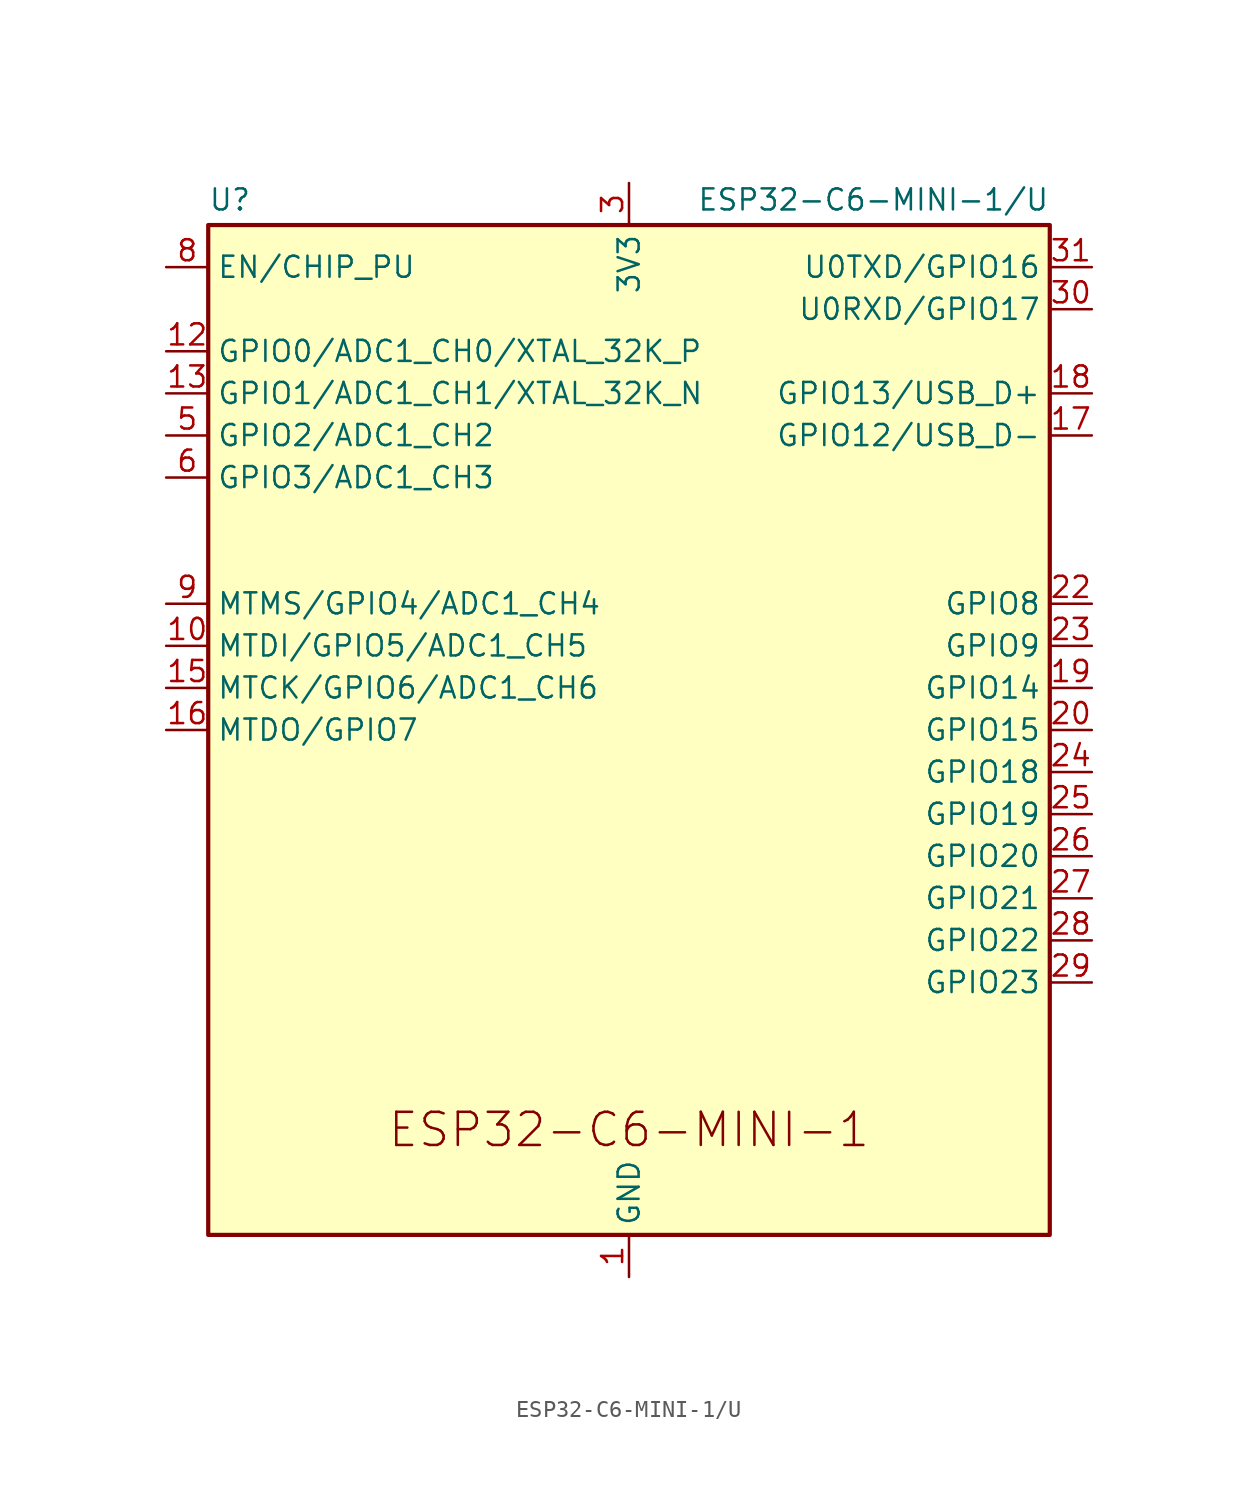
<source format=kicad_sym>
(kicad_symbol_lib
  (version 20241209)
  (generator "kicad_symbol_editor")
  (generator_version "9.0")
  (symbol "ESP32-C6-MINI-1/U"
    (property "Reference" "U"
      (at -25.4 32.004 0)
      (effects (font (size 1.27 1.27)) (justify left)))
    (property "Value" "ESP32-C6-MINI-1/U"
      (at 25.4 32.004 0)
      (effects (font (size 1.27 1.27)) (justify right)))
    (symbol "ESP32-C6-MINI-1/U_0_0"
      (text "ESP32-C6-MINI-1" (at 0 -24.13 0) (effects (font (size 2 2)))))
    (symbol "ESP32-C6-MINI-1/U_0_1"
      (rectangle (start -25.4 30.48) (end 25.4 -30.48) (stroke (width 0.254) (type default)) (fill (type background))))
    (symbol "ESP32-C6-MINI-1/U_1_1"
      (pin input line (at -27.94 27.94 0) (length 2.54) (name "EN/CHIP_PU" (effects (font (size 1.27 1.27)))) (number "8" (effects (font (size 1.27 1.27)))))
      (pin bidirectional line (at -27.94 22.86 0) (length 2.54) (name "GPIO0/ADC1_CH0/XTAL_32K_P" (effects (font (size 1.27 1.27)))) (number "12" (effects (font (size 1.27 1.27)))))
      (pin bidirectional line (at -27.94 20.32 0) (length 2.54) (name "GPIO1/ADC1_CH1/XTAL_32K_N" (effects (font (size 1.27 1.27)))) (number "13" (effects (font (size 1.27 1.27)))))
      (pin bidirectional line (at -27.94 17.78 0) (length 2.54) (name "GPIO2/ADC1_CH2" (effects (font (size 1.27 1.27)))) (number "5" (effects (font (size 1.27 1.27)))))
      (pin bidirectional line (at -27.94 15.24 0) (length 2.54) (name "GPIO3/ADC1_CH3" (effects (font (size 1.27 1.27)))) (number "6" (effects (font (size 1.27 1.27)))))
      (pin bidirectional line (at -27.94 7.62 0) (length 2.54) (name "MTMS/GPIO4/ADC1_CH4" (effects (font (size 1.27 1.27)))) (number "9" (effects (font (size 1.27 1.27)))))
      (pin bidirectional line (at -27.94 5.08 0) (length 2.54) (name "MTDI/GPIO5/ADC1_CH5" (effects (font (size 1.27 1.27)))) (number "10" (effects (font (size 1.27 1.27)))))
      (pin bidirectional line (at -27.94 2.54 0) (length 2.54) (name "MTCK/GPIO6/ADC1_CH6" (effects (font (size 1.27 1.27)))) (number "15" (effects (font (size 1.27 1.27)))))
      (pin bidirectional line (at -27.94 0 0) (length 2.54) (name "MTDO/GPIO7" (effects (font (size 1.27 1.27)))) (number "16" (effects (font (size 1.27 1.27)))))
      (pin no_connect line (at -25.4 -5.08 0) (length 2.54) (hide yes) (name "NC" (effects (font (size 1.27 1.27)))) (number "4" (effects (font (size 1.27 1.27)))))
      (pin no_connect line (at -25.4 -7.62 0) (length 2.54) (hide yes) (name "NC" (effects (font (size 1.27 1.27)))) (number "7" (effects (font (size 1.27 1.27)))))
      (pin no_connect line (at -25.4 -10.16 0) (length 2.54) (hide yes) (name "NC" (effects (font (size 1.27 1.27)))) (number "21" (effects (font (size 1.27 1.27)))))
      (pin no_connect line (at -25.4 -12.7 0) (length 2.54) (hide yes) (name "NC" (effects (font (size 1.27 1.27)))) (number "32" (effects (font (size 1.27 1.27)))))
      (pin no_connect line (at -25.4 -15.24 0) (length 2.54) (hide yes) (name "NC" (effects (font (size 1.27 1.27)))) (number "33" (effects (font (size 1.27 1.27)))))
      (pin no_connect line (at -25.4 -17.78 0) (length 2.54) (hide yes) (name "NC" (effects (font (size 1.27 1.27)))) (number "34" (effects (font (size 1.27 1.27)))))
      (pin no_connect line (at -25.4 -20.32 0) (length 2.54) (hide yes) (name "NC" (effects (font (size 1.27 1.27)))) (number "35" (effects (font (size 1.27 1.27)))))
      (pin power_in line (at 0 33.02 270) (length 2.54) (name "3V3" (effects (font (size 1.27 1.27)))) (number "3" (effects (font (size 1.27 1.27)))))
      (pin power_in line (at 0 -33.02 90) (length 2.54) (name "GND" (effects (font (size 1.27 1.27)))) (number "1" (effects (font (size 1.27 1.27)))))
      (pin passive line (at 0 -33.02 90) (length 2.54) (hide yes) (name "GND" (effects (font (size 1.27 1.27)))) (number "11" (effects (font (size 1.27 1.27)))))
      (pin passive line (at 0 -33.02 90) (length 2.54) (hide yes) (name "GND" (effects (font (size 1.27 1.27)))) (number "14" (effects (font (size 1.27 1.27)))))
      (pin passive line (at 0 -33.02 90) (length 2.54) (hide yes) (name "GND" (effects (font (size 1.27 1.27)))) (number "2" (effects (font (size 1.27 1.27)))))
      (pin passive line (at 0 -33.02 90) (length 2.54) (hide yes) (name "GND" (effects (font (size 1.27 1.27)))) (number "36" (effects (font (size 1.27 1.27)))))
      (pin passive line (at 0 -33.02 90) (length 2.54) (hide yes) (name "GND" (effects (font (size 1.27 1.27)))) (number "37" (effects (font (size 1.27 1.27)))))
      (pin passive line (at 0 -33.02 90) (length 2.54) (hide yes) (name "GND" (effects (font (size 1.27 1.27)))) (number "38" (effects (font (size 1.27 1.27)))))
      (pin passive line (at 0 -33.02 90) (length 2.54) (hide yes) (name "GND" (effects (font (size 1.27 1.27)))) (number "39" (effects (font (size 1.27 1.27)))))
      (pin passive line (at 0 -33.02 90) (length 2.54) (hide yes) (name "GND" (effects (font (size 1.27 1.27)))) (number "40" (effects (font (size 1.27 1.27)))))
      (pin passive line (at 0 -33.02 90) (length 2.54) (hide yes) (name "GND" (effects (font (size 1.27 1.27)))) (number "41" (effects (font (size 1.27 1.27)))))
      (pin passive line (at 0 -33.02 90) (length 2.54) (hide yes) (name "GND" (effects (font (size 1.27 1.27)))) (number "42" (effects (font (size 1.27 1.27)))))
      (pin passive line (at 0 -33.02 90) (length 2.54) (hide yes) (name "GND" (effects (font (size 1.27 1.27)))) (number "43" (effects (font (size 1.27 1.27)))))
      (pin passive line (at 0 -33.02 90) (length 2.54) (hide yes) (name "GND" (effects (font (size 1.27 1.27)))) (number "44" (effects (font (size 1.27 1.27)))))
      (pin passive line (at 0 -33.02 90) (length 2.54) (hide yes) (name "GND" (effects (font (size 1.27 1.27)))) (number "45" (effects (font (size 1.27 1.27)))))
      (pin passive line (at 0 -33.02 90) (length 2.54) (hide yes) (name "GND" (effects (font (size 1.27 1.27)))) (number "46" (effects (font (size 1.27 1.27)))))
      (pin passive line (at 0 -33.02 90) (length 2.54) (hide yes) (name "GND" (effects (font (size 1.27 1.27)))) (number "47" (effects (font (size 1.27 1.27)))))
      (pin passive line (at 0 -33.02 90) (length 2.54) (hide yes) (name "GND" (effects (font (size 1.27 1.27)))) (number "48" (effects (font (size 1.27 1.27)))))
      (pin passive line (at 0 -33.02 90) (length 2.54) (hide yes) (name "GND" (effects (font (size 1.27 1.27)))) (number "49" (effects (font (size 1.27 1.27)))))
      (pin passive line (at 0 -33.02 90) (length 2.54) (hide yes) (name "GND" (effects (font (size 1.27 1.27)))) (number "50" (effects (font (size 1.27 1.27)))))
      (pin passive line (at 0 -33.02 90) (length 2.54) (hide yes) (name "GND" (effects (font (size 1.27 1.27)))) (number "51" (effects (font (size 1.27 1.27)))))
      (pin passive line (at 0 -33.02 90) (length 2.54) (hide yes) (name "GND" (effects (font (size 1.27 1.27)))) (number "52" (effects (font (size 1.27 1.27)))))
      (pin passive line (at 0 -33.02 90) (length 2.54) (hide yes) (name "GND" (effects (font (size 1.27 1.27)))) (number "53" (effects (font (size 1.27 1.27)))))
      (pin bidirectional line (at 27.94 27.94 180) (length 2.54) (name "U0TXD/GPIO16" (effects (font (size 1.27 1.27)))) (number "31" (effects (font (size 1.27 1.27)))))
      (pin bidirectional line (at 27.94 25.4 180) (length 2.54) (name "U0RXD/GPIO17" (effects (font (size 1.27 1.27)))) (number "30" (effects (font (size 1.27 1.27)))))
      (pin bidirectional line (at 27.94 20.32 180) (length 2.54) (name "GPIO13/USB_D+" (effects (font (size 1.27 1.27)))) (number "18" (effects (font (size 1.27 1.27)))))
      (pin bidirectional line (at 27.94 17.78 180) (length 2.54) (name "GPIO12/USB_D-" (effects (font (size 1.27 1.27)))) (number "17" (effects (font (size 1.27 1.27)))))
      (pin bidirectional line (at 27.94 7.62 180) (length 2.54) (name "GPIO8" (effects (font (size 1.27 1.27)))) (number "22" (effects (font (size 1.27 1.27)))))
      (pin bidirectional line (at 27.94 5.08 180) (length 2.54) (name "GPIO9" (effects (font (size 1.27 1.27)))) (number "23" (effects (font (size 1.27 1.27)))))
      (pin bidirectional line (at 27.94 2.54 180) (length 2.54) (name "GPIO14" (effects (font (size 1.27 1.27)))) (number "19" (effects (font (size 1.27 1.27)))))
      (pin bidirectional line (at 27.94 0 180) (length 2.54) (name "GPIO15" (effects (font (size 1.27 1.27)))) (number "20" (effects (font (size 1.27 1.27)))))
      (pin bidirectional line (at 27.94 -2.54 180) (length 2.54) (name "GPIO18" (effects (font (size 1.27 1.27)))) (number "24" (effects (font (size 1.27 1.27)))))
      (pin bidirectional line (at 27.94 -5.08 180) (length 2.54) (name "GPIO19" (effects (font (size 1.27 1.27)))) (number "25" (effects (font (size 1.27 1.27)))))
      (pin bidirectional line (at 27.94 -7.62 180) (length 2.54) (name "GPIO20" (effects (font (size 1.27 1.27)))) (number "26" (effects (font (size 1.27 1.27)))))
      (pin bidirectional line (at 27.94 -10.16 180) (length 2.54) (name "GPIO21" (effects (font (size 1.27 1.27)))) (number "27" (effects (font (size 1.27 1.27)))))
      (pin bidirectional line (at 27.94 -12.7 180) (length 2.54) (name "GPIO22" (effects (font (size 1.27 1.27)))) (number "28" (effects (font (size 1.27 1.27)))))
      (pin bidirectional line (at 27.94 -15.24 180) (length 2.54) (name "GPIO23" (effects (font (size 1.27 1.27)))) (number "29" (effects (font (size 1.27 1.27))))))))
</source>
